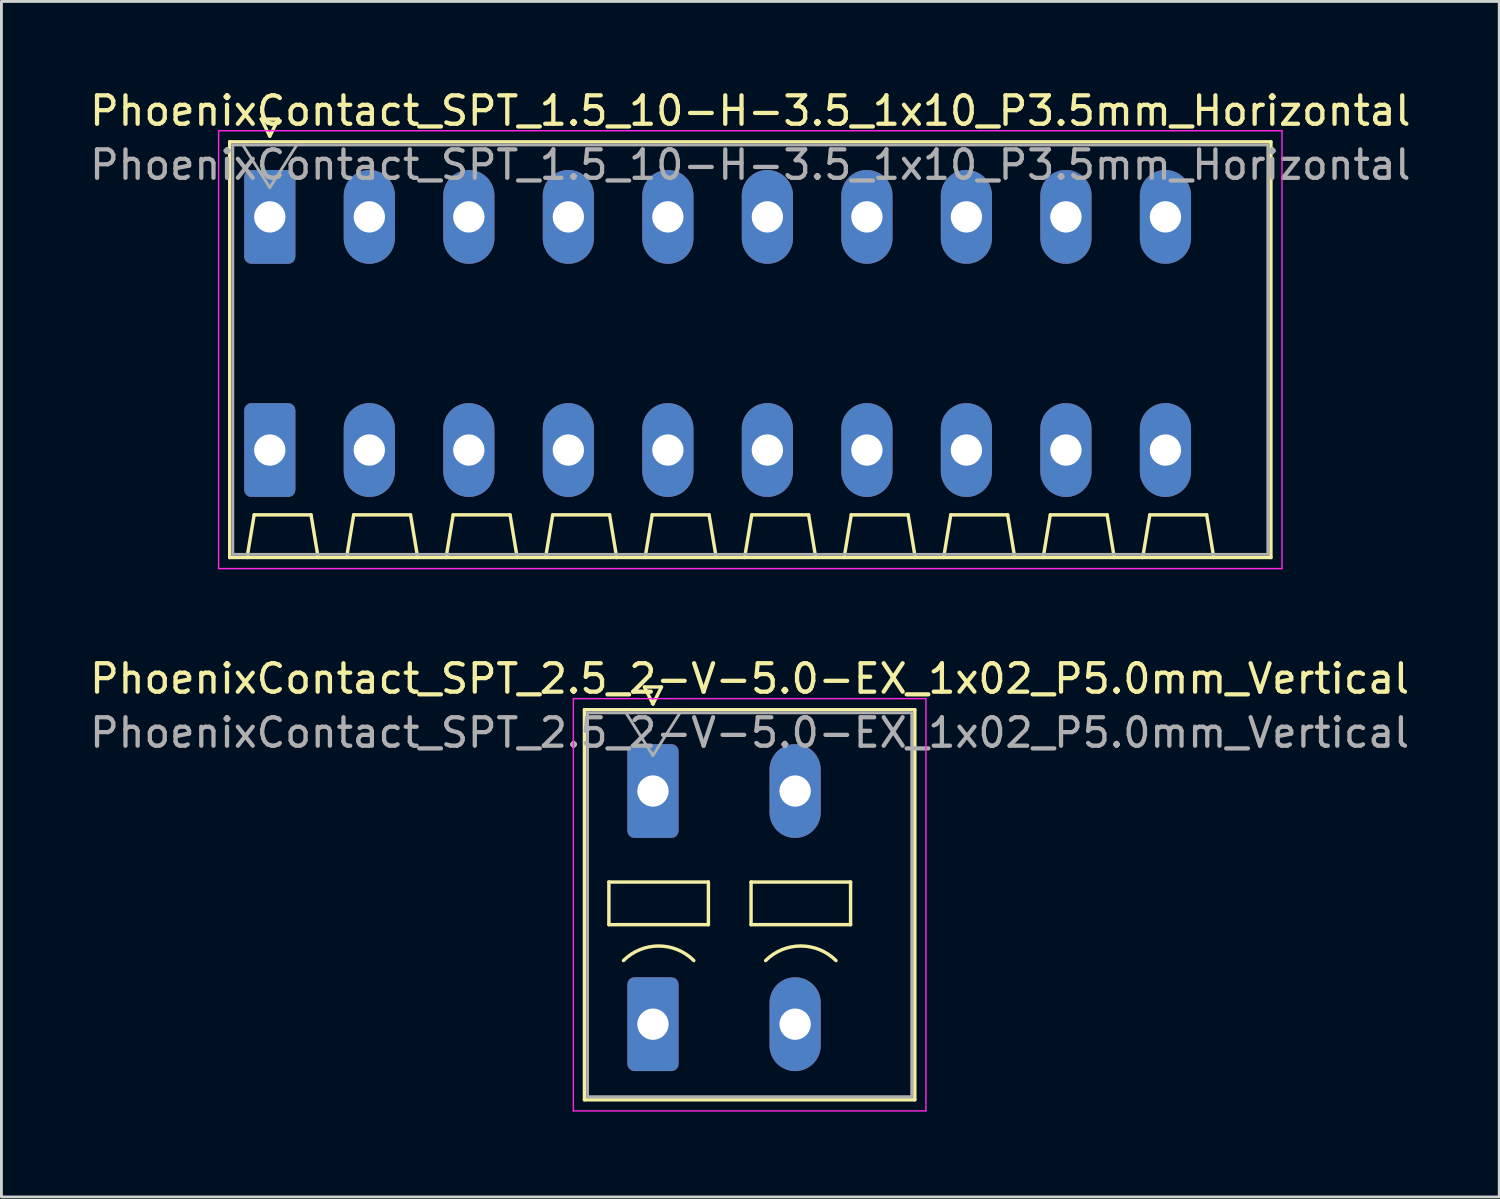
<source format=kicad_pcb>
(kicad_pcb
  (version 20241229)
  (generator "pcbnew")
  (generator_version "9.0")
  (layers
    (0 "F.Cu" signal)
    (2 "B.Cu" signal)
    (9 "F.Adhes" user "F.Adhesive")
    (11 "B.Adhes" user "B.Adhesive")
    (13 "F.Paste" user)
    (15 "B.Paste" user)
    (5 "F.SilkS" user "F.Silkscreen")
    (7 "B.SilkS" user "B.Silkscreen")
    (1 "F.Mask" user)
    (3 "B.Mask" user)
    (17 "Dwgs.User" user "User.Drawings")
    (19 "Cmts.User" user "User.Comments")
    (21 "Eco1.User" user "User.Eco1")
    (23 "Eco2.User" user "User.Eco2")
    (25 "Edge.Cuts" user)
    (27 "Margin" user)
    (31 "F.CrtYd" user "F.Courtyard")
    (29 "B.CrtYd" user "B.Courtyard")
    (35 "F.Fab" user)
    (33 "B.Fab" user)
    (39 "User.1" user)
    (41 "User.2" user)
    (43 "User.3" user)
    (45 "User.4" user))
  (footprint "PhoenixContact_SPT_2.5_2-V-5.0-EX_1x02_P5.0mm_Vertical"
    (layer "F.Cu")
    (at 19.915 24.771)
    (property "Reference" "PhoenixContact_SPT_2.5_2-V-5.0-EX_1x02_P5.0mm_Vertical" (at 3.4 -3.95 0) (layer "F.SilkS") (effects (font (size 1 1) (thickness 0.15))))
    (attr through_hole)
    (fp_line (start -2.41 -2.86) (end 9.21 -2.86) (stroke (width 0.12) (type solid)) (layer "F.SilkS"))
    (fp_line (start -2.41 10.86) (end -2.41 -2.86) (stroke (width 0.12) (type solid)) (layer "F.SilkS"))
    (fp_line (start -1.55 3.2) (end -1.55 4.7) (stroke (width 0.12) (type solid)) (layer "F.SilkS"))
    (fp_line (start -1.55 4.7) (end 1.95 4.7) (stroke (width 0.12) (type solid)) (layer "F.SilkS"))
    (fp_line (start -0.3 -3.66) (end 0 -3.06) (stroke (width 0.12) (type solid)) (layer "F.SilkS"))
    (fp_line (start -0.3 -3.66) (end 0.3 -3.66) (stroke (width 0.12) (type solid)) (layer "F.SilkS"))
    (fp_line (start 0.3 -3.66) (end 0 -3.06) (stroke (width 0.12) (type solid)) (layer "F.SilkS"))
    (fp_line (start 1.95 3.2) (end -1.55 3.2) (stroke (width 0.12) (type solid)) (layer "F.SilkS"))
    (fp_line (start 1.95 4.7) (end 1.95 3.2) (stroke (width 0.12) (type solid)) (layer "F.SilkS"))
    (fp_line (start 3.45 3.2) (end 3.45 4.7) (stroke (width 0.12) (type solid)) (layer "F.SilkS"))
    (fp_line (start 3.45 4.7) (end 6.95 4.7) (stroke (width 0.12) (type solid)) (layer "F.SilkS"))
    (fp_line (start 6.95 3.2) (end 3.45 3.2) (stroke (width 0.12) (type solid)) (layer "F.SilkS"))
    (fp_line (start 6.95 4.7) (end 6.95 3.2) (stroke (width 0.12) (type solid)) (layer "F.SilkS"))
    (fp_line (start 9.21 -2.86) (end 9.21 10.86) (stroke (width 0.12) (type solid)) (layer "F.SilkS"))
    (fp_line (start 9.21 10.86) (end -2.41 10.86) (stroke (width 0.12) (type solid)) (layer "F.SilkS"))
    (fp_arc (start -1.037437 5.962563) (mid 0.2 5.45) (end 1.437437 5.962563) (stroke (width 0.12) (type solid)) (layer "F.SilkS"))
    (fp_arc (start 3.962563 5.962563) (mid 5.2 5.45) (end 6.437437 5.962563) (stroke (width 0.12) (type solid)) (layer "F.SilkS"))
    (fp_line (start -2.8 -3.25) (end -2.8 11.25) (stroke (width 0.05) (type solid)) (layer "F.CrtYd"))
    (fp_line (start -2.8 11.25) (end 9.6 11.25) (stroke (width 0.05) (type solid)) (layer "F.CrtYd"))
    (fp_line (start 9.6 -3.25) (end -2.8 -3.25) (stroke (width 0.05) (type solid)) (layer "F.CrtYd"))
    (fp_line (start 9.6 11.25) (end 9.6 -3.25) (stroke (width 0.05) (type solid)) (layer "F.CrtYd"))
    (fp_line (start -2.3 -2.75) (end -2.3 10.75) (stroke (width 0.1) (type solid)) (layer "F.Fab"))
    (fp_line (start -2.3 10.75) (end 9.1 10.75) (stroke (width 0.1) (type solid)) (layer "F.Fab"))
    (fp_line (start -0.95 -2.75) (end 0 -1.25) (stroke (width 0.1) (type solid)) (layer "F.Fab"))
    (fp_line (start 0.95 -2.75) (end 0 -1.25) (stroke (width 0.1) (type solid)) (layer "F.Fab"))
    (fp_line (start 9.1 -2.75) (end -2.3 -2.75) (stroke (width 0.1) (type solid)) (layer "F.Fab"))
    (fp_line (start 9.1 10.75) (end 9.1 -2.75) (stroke (width 0.1) (type solid)) (layer "F.Fab"))
    (fp_text user "${REFERENCE}" (at 3.4 -2.05 0) (layer "F.Fab") (effects (font (size 1 1) (thickness 0.15))))
    (pad "1" thru_hole roundrect (at 0 0) (size 1.8 3.3) (drill 1.1) (layers "*.Cu" "*.Mask") (roundrect_rratio 0.139))
    (pad "1" thru_hole roundrect (at 0 8.2) (size 1.8 3.3) (drill 1.1) (layers "*.Cu" "*.Mask") (roundrect_rratio 0.139))
    (pad "2" thru_hole oval (at 5 0) (size 1.8 3.3) (drill 1.1) (layers "*.Cu" "*.Mask"))
    (pad "2" thru_hole oval (at 5 8.2) (size 1.8 3.3) (drill 1.1) (layers "*.Cu" "*.Mask")))
  (footprint "PhoenixContact_SPT_1.5_10-H-3.5_1x10_P3.5mm_Horizontal"
    (layer "F.Cu")
    (at 6.439 4.578)
    (property "Reference" "PhoenixContact_SPT_1.5_10-H-3.5_1x10_P3.5mm_Horizontal" (at 16.9 -3.73 0) (layer "F.SilkS") (effects (font (size 1 1) (thickness 0.15))))
    (attr through_hole)
    (fp_line (start -1.41 -2.64) (end 35.21 -2.64) (stroke (width 0.12) (type solid)) (layer "F.SilkS"))
    (fp_line (start -1.41 11.98) (end -1.41 -2.64) (stroke (width 0.12) (type solid)) (layer "F.SilkS"))
    (fp_line (start -0.8 11.98) (end -0.55 10.48) (stroke (width 0.12) (type solid)) (layer "F.SilkS"))
    (fp_line (start -0.55 10.48) (end 1.45 10.48) (stroke (width 0.12) (type solid)) (layer "F.SilkS"))
    (fp_line (start -0.3 -3.44) (end 0 -2.84) (stroke (width 0.12) (type solid)) (layer "F.SilkS"))
    (fp_line (start -0.3 -3.44) (end 0.3 -3.44) (stroke (width 0.12) (type solid)) (layer "F.SilkS"))
    (fp_line (start 0.3 -3.44) (end 0 -2.84) (stroke (width 0.12) (type solid)) (layer "F.SilkS"))
    (fp_line (start 1.7 11.98) (end 1.45 10.48) (stroke (width 0.12) (type solid)) (layer "F.SilkS"))
    (fp_line (start 2.7 11.98) (end 2.95 10.48) (stroke (width 0.12) (type solid)) (layer "F.SilkS"))
    (fp_line (start 2.95 10.48) (end 4.95 10.48) (stroke (width 0.12) (type solid)) (layer "F.SilkS"))
    (fp_line (start 5.2 11.98) (end 4.95 10.48) (stroke (width 0.12) (type solid)) (layer "F.SilkS"))
    (fp_line (start 6.2 11.98) (end 6.45 10.48) (stroke (width 0.12) (type solid)) (layer "F.SilkS"))
    (fp_line (start 6.45 10.48) (end 8.45 10.48) (stroke (width 0.12) (type solid)) (layer "F.SilkS"))
    (fp_line (start 8.7 11.98) (end 8.45 10.48) (stroke (width 0.12) (type solid)) (layer "F.SilkS"))
    (fp_line (start 9.7 11.98) (end 9.95 10.48) (stroke (width 0.12) (type solid)) (layer "F.SilkS"))
    (fp_line (start 9.95 10.48) (end 11.95 10.48) (stroke (width 0.12) (type solid)) (layer "F.SilkS"))
    (fp_line (start 12.2 11.98) (end 11.95 10.48) (stroke (width 0.12) (type solid)) (layer "F.SilkS"))
    (fp_line (start 13.2 11.98) (end 13.45 10.48) (stroke (width 0.12) (type solid)) (layer "F.SilkS"))
    (fp_line (start 13.45 10.48) (end 15.45 10.48) (stroke (width 0.12) (type solid)) (layer "F.SilkS"))
    (fp_line (start 15.7 11.98) (end 15.45 10.48) (stroke (width 0.12) (type solid)) (layer "F.SilkS"))
    (fp_line (start 16.7 11.98) (end 16.95 10.48) (stroke (width 0.12) (type solid)) (layer "F.SilkS"))
    (fp_line (start 16.95 10.48) (end 18.95 10.48) (stroke (width 0.12) (type solid)) (layer "F.SilkS"))
    (fp_line (start 19.2 11.98) (end 18.95 10.48) (stroke (width 0.12) (type solid)) (layer "F.SilkS"))
    (fp_line (start 20.2 11.98) (end 20.45 10.48) (stroke (width 0.12) (type solid)) (layer "F.SilkS"))
    (fp_line (start 20.45 10.48) (end 22.45 10.48) (stroke (width 0.12) (type solid)) (layer "F.SilkS"))
    (fp_line (start 22.7 11.98) (end 22.45 10.48) (stroke (width 0.12) (type solid)) (layer "F.SilkS"))
    (fp_line (start 23.7 11.98) (end 23.95 10.48) (stroke (width 0.12) (type solid)) (layer "F.SilkS"))
    (fp_line (start 23.95 10.48) (end 25.95 10.48) (stroke (width 0.12) (type solid)) (layer "F.SilkS"))
    (fp_line (start 26.2 11.98) (end 25.95 10.48) (stroke (width 0.12) (type solid)) (layer "F.SilkS"))
    (fp_line (start 27.2 11.98) (end 27.45 10.48) (stroke (width 0.12) (type solid)) (layer "F.SilkS"))
    (fp_line (start 27.45 10.48) (end 29.45 10.48) (stroke (width 0.12) (type solid)) (layer "F.SilkS"))
    (fp_line (start 29.7 11.98) (end 29.45 10.48) (stroke (width 0.12) (type solid)) (layer "F.SilkS"))
    (fp_line (start 30.7 11.98) (end 30.95 10.48) (stroke (width 0.12) (type solid)) (layer "F.SilkS"))
    (fp_line (start 30.95 10.48) (end 32.95 10.48) (stroke (width 0.12) (type solid)) (layer "F.SilkS"))
    (fp_line (start 33.2 11.98) (end 32.95 10.48) (stroke (width 0.12) (type solid)) (layer "F.SilkS"))
    (fp_line (start 35.21 -2.64) (end 35.21 11.98) (stroke (width 0.12) (type solid)) (layer "F.SilkS"))
    (fp_line (start 35.21 11.98) (end -1.41 11.98) (stroke (width 0.12) (type solid)) (layer "F.SilkS"))
    (fp_line (start -1.8 -3.03) (end -1.8 12.37) (stroke (width 0.05) (type solid)) (layer "F.CrtYd"))
    (fp_line (start -1.8 12.37) (end 35.6 12.37) (stroke (width 0.05) (type solid)) (layer "F.CrtYd"))
    (fp_line (start 35.6 -3.03) (end -1.8 -3.03) (stroke (width 0.05) (type solid)) (layer "F.CrtYd"))
    (fp_line (start 35.6 12.37) (end 35.6 -3.03) (stroke (width 0.05) (type solid)) (layer "F.CrtYd"))
    (fp_line (start -1.3 -2.53) (end -1.3 11.87) (stroke (width 0.1) (type solid)) (layer "F.Fab"))
    (fp_line (start -1.3 11.87) (end 35.1 11.87) (stroke (width 0.1) (type solid)) (layer "F.Fab"))
    (fp_line (start -0.95 -2.53) (end 0 -1.03) (stroke (width 0.1) (type solid)) (layer "F.Fab"))
    (fp_line (start 0.95 -2.53) (end 0 -1.03) (stroke (width 0.1) (type solid)) (layer "F.Fab"))
    (fp_line (start 35.1 -2.53) (end -1.3 -2.53) (stroke (width 0.1) (type solid)) (layer "F.Fab"))
    (fp_line (start 35.1 11.87) (end 35.1 -2.53) (stroke (width 0.1) (type solid)) (layer "F.Fab"))
    (fp_text user "${REFERENCE}" (at 16.9 -1.83 0) (layer "F.Fab") (effects (font (size 1 1) (thickness 0.15))))
    (pad "1" thru_hole roundrect (at 0 0) (size 1.8 3.3) (drill 1.1) (layers "*.Cu" "*.Mask") (roundrect_rratio 0.139))
    (pad "1" thru_hole roundrect (at 0 8.2) (size 1.8 3.3) (drill 1.1) (layers "*.Cu" "*.Mask") (roundrect_rratio 0.139))
    (pad "2" thru_hole oval (at 3.5 0) (size 1.8 3.3) (drill 1.1) (layers "*.Cu" "*.Mask"))
    (pad "2" thru_hole oval (at 3.5 8.2) (size 1.8 3.3) (drill 1.1) (layers "*.Cu" "*.Mask"))
    (pad "3" thru_hole oval (at 7 0) (size 1.8 3.3) (drill 1.1) (layers "*.Cu" "*.Mask"))
    (pad "3" thru_hole oval (at 7 8.2) (size 1.8 3.3) (drill 1.1) (layers "*.Cu" "*.Mask"))
    (pad "4" thru_hole oval (at 10.5 0) (size 1.8 3.3) (drill 1.1) (layers "*.Cu" "*.Mask"))
    (pad "4" thru_hole oval (at 10.5 8.2) (size 1.8 3.3) (drill 1.1) (layers "*.Cu" "*.Mask"))
    (pad "5" thru_hole oval (at 14 0) (size 1.8 3.3) (drill 1.1) (layers "*.Cu" "*.Mask"))
    (pad "5" thru_hole oval (at 14 8.2) (size 1.8 3.3) (drill 1.1) (layers "*.Cu" "*.Mask"))
    (pad "6" thru_hole oval (at 17.5 0) (size 1.8 3.3) (drill 1.1) (layers "*.Cu" "*.Mask"))
    (pad "6" thru_hole oval (at 17.5 8.2) (size 1.8 3.3) (drill 1.1) (layers "*.Cu" "*.Mask"))
    (pad "7" thru_hole oval (at 21 0) (size 1.8 3.3) (drill 1.1) (layers "*.Cu" "*.Mask"))
    (pad "7" thru_hole oval (at 21 8.2) (size 1.8 3.3) (drill 1.1) (layers "*.Cu" "*.Mask"))
    (pad "8" thru_hole oval (at 24.5 0) (size 1.8 3.3) (drill 1.1) (layers "*.Cu" "*.Mask"))
    (pad "8" thru_hole oval (at 24.5 8.2) (size 1.8 3.3) (drill 1.1) (layers "*.Cu" "*.Mask"))
    (pad "9" thru_hole oval (at 28 0) (size 1.8 3.3) (drill 1.1) (layers "*.Cu" "*.Mask"))
    (pad "9" thru_hole oval (at 28 8.2) (size 1.8 3.3) (drill 1.1) (layers "*.Cu" "*.Mask"))
    (pad "10" thru_hole oval (at 31.5 0) (size 1.8 3.3) (drill 1.1) (layers "*.Cu" "*.Mask"))
    (pad "10" thru_hole oval (at 31.5 8.2) (size 1.8 3.3) (drill 1.1) (layers "*.Cu" "*.Mask")))
  (gr_rect
    (start -3 -3)
    (end 49.679 39.047)
    (stroke (width 0.1) (type default))
    (fill no)
    (layer "Edge.Cuts")))
</source>
